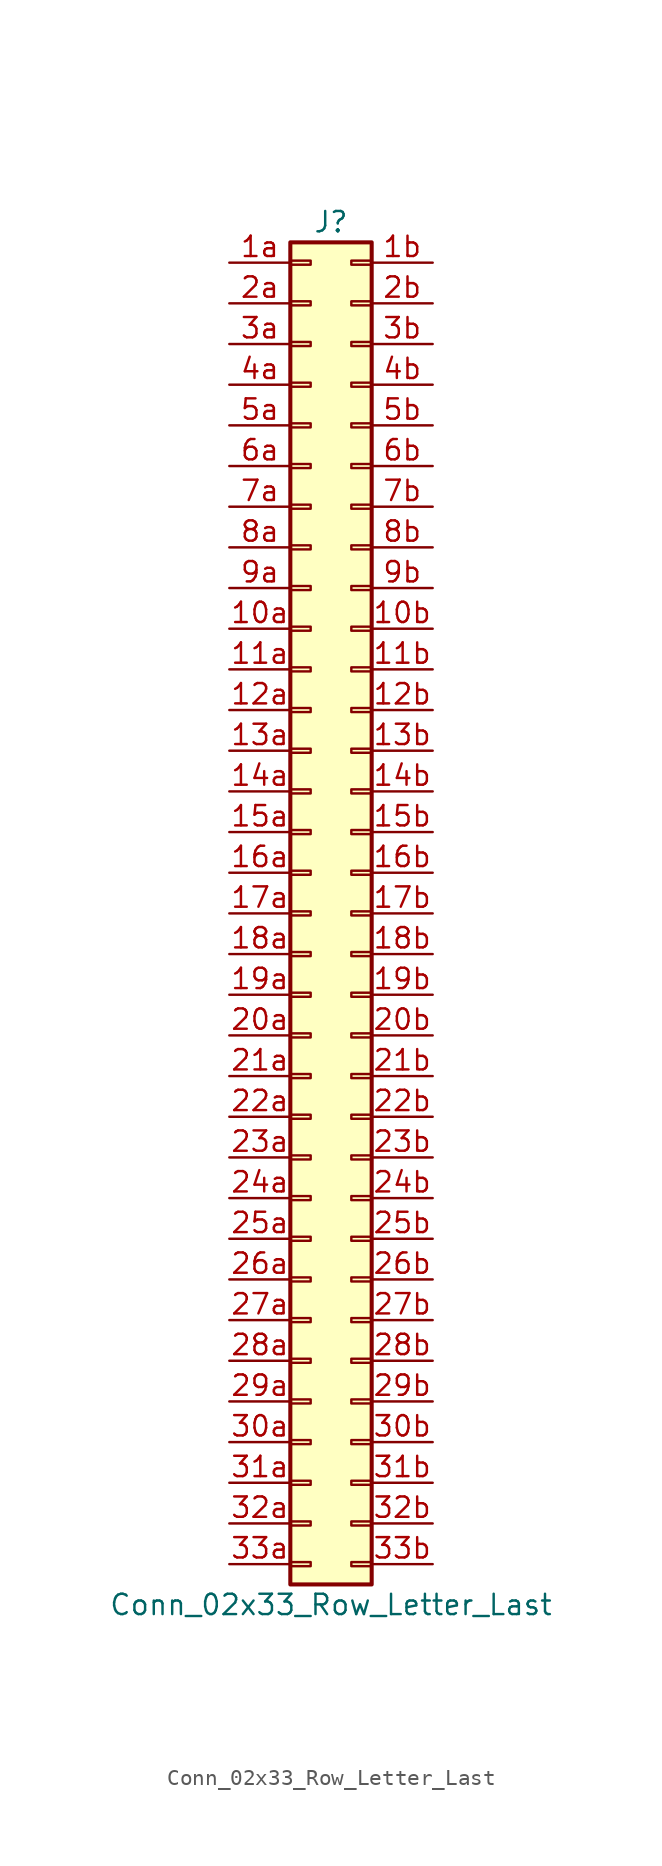
<source format=kicad_sym>
(kicad_symbol_lib
  (version 20201005)
  (generator kicad_symbol_editor)
  (symbol "Connector_Generic:Conn_02x33_Row_Letter_Last"
    (pin_names
      (offset 1.016) hide)
    (property "Reference" "J"
      (at 1.27 43.18 0)
      (effects (font (size 1.27 1.27))))
    (property "Value" "Conn_02x33_Row_Letter_Last"
      (at 1.27 -43.18 0)
      (effects (font (size 1.27 1.27))))
    (symbol "Conn_02x33_Row_Letter_Last_1_1"
      (rectangle (start -1.27 -27.813) (end 0 -28.067) (stroke (width 0.152)) (fill (type none)))
      (rectangle (start -1.27 -30.353) (end 0 -30.607) (stroke (width 0.152)) (fill (type none)))
      (rectangle (start -1.27 -32.893) (end 0 -33.147) (stroke (width 0.152)) (fill (type none)))
      (rectangle (start -1.27 -35.433) (end 0 -35.687) (stroke (width 0.152)) (fill (type none)))
      (rectangle (start -1.27 -37.973) (end 0 -38.227) (stroke (width 0.152)) (fill (type none)))
      (rectangle (start -1.27 -40.513) (end 0 -40.767) (stroke (width 0.152)) (fill (type none)))
      (rectangle (start -1.27 -4.953) (end 0 -5.207) (stroke (width 0.152)) (fill (type none)))
      (rectangle (start -1.27 -7.493) (end 0 -7.747) (stroke (width 0.152)) (fill (type none)))
      (rectangle (start -1.27 -10.033) (end 0 -10.287) (stroke (width 0.152)) (fill (type none)))
      (rectangle (start -1.27 -12.573) (end 0 -12.827) (stroke (width 0.152)) (fill (type none)))
      (rectangle (start -1.27 -15.113) (end 0 -15.367) (stroke (width 0.152)) (fill (type none)))
      (rectangle (start -1.27 -17.653) (end 0 -17.907) (stroke (width 0.152)) (fill (type none)))
      (rectangle (start -1.27 -20.193) (end 0 -20.447) (stroke (width 0.152)) (fill (type none)))
      (rectangle (start -1.27 -22.733) (end 0 -22.987) (stroke (width 0.152)) (fill (type none)))
      (rectangle (start -1.27 -2.413) (end 0 -2.667) (stroke (width 0.152)) (fill (type none)))
      (rectangle (start -1.27 -25.273) (end 0 -25.527) (stroke (width 0.152)) (fill (type none)))
      (rectangle (start -1.27 25.527) (end 0 25.273) (stroke (width 0.152)) (fill (type none)))
      (rectangle (start -1.27 2.667) (end 0 2.413) (stroke (width 0.152)) (fill (type none)))
      (rectangle (start -1.27 28.067) (end 0 27.813) (stroke (width 0.152)) (fill (type none)))
      (rectangle (start -1.27 30.607) (end 0 30.353) (stroke (width 0.152)) (fill (type none)))
      (rectangle (start -1.27 33.147) (end 0 32.893) (stroke (width 0.152)) (fill (type none)))
      (rectangle (start -1.27 35.687) (end 0 35.433) (stroke (width 0.152)) (fill (type none)))
      (rectangle (start -1.27 38.227) (end 0 37.973) (stroke (width 0.152)) (fill (type none)))
      (rectangle (start -1.27 40.767) (end 0 40.513) (stroke (width 0.152)) (fill (type none)))
      (rectangle (start -1.27 41.91) (end 3.81 -41.91) (stroke (width 0.254)) (fill (type background)))
      (rectangle (start -1.27 5.207) (end 0 4.953) (stroke (width 0.152)) (fill (type none)))
      (rectangle (start -1.27 7.747) (end 0 7.493) (stroke (width 0.152)) (fill (type none)))
      (rectangle (start -1.27 10.287) (end 0 10.033) (stroke (width 0.152)) (fill (type none)))
      (rectangle (start -1.27 0.127) (end 0 -0.127) (stroke (width 0.152)) (fill (type none)))
      (rectangle (start -1.27 12.827) (end 0 12.573) (stroke (width 0.152)) (fill (type none)))
      (rectangle (start -1.27 15.367) (end 0 15.113) (stroke (width 0.152)) (fill (type none)))
      (rectangle (start -1.27 17.907) (end 0 17.653) (stroke (width 0.152)) (fill (type none)))
      (rectangle (start -1.27 20.447) (end 0 20.193) (stroke (width 0.152)) (fill (type none)))
      (rectangle (start -1.27 22.987) (end 0 22.733) (stroke (width 0.152)) (fill (type none)))
      (rectangle (start 3.81 -27.813) (end 2.54 -28.067) (stroke (width 0.152)) (fill (type none)))
      (rectangle (start 3.81 -30.353) (end 2.54 -30.607) (stroke (width 0.152)) (fill (type none)))
      (rectangle (start 3.81 -32.893) (end 2.54 -33.147) (stroke (width 0.152)) (fill (type none)))
      (rectangle (start 3.81 -35.433) (end 2.54 -35.687) (stroke (width 0.152)) (fill (type none)))
      (rectangle (start 3.81 -37.973) (end 2.54 -38.227) (stroke (width 0.152)) (fill (type none)))
      (rectangle (start 3.81 -40.513) (end 2.54 -40.767) (stroke (width 0.152)) (fill (type none)))
      (rectangle (start 3.81 -4.953) (end 2.54 -5.207) (stroke (width 0.152)) (fill (type none)))
      (rectangle (start 3.81 -7.493) (end 2.54 -7.747) (stroke (width 0.152)) (fill (type none)))
      (rectangle (start 3.81 -10.033) (end 2.54 -10.287) (stroke (width 0.152)) (fill (type none)))
      (rectangle (start 3.81 -12.573) (end 2.54 -12.827) (stroke (width 0.152)) (fill (type none)))
      (rectangle (start 3.81 -15.113) (end 2.54 -15.367) (stroke (width 0.152)) (fill (type none)))
      (rectangle (start 3.81 -17.653) (end 2.54 -17.907) (stroke (width 0.152)) (fill (type none)))
      (rectangle (start 3.81 -20.193) (end 2.54 -20.447) (stroke (width 0.152)) (fill (type none)))
      (rectangle (start 3.81 -22.733) (end 2.54 -22.987) (stroke (width 0.152)) (fill (type none)))
      (rectangle (start 3.81 -2.413) (end 2.54 -2.667) (stroke (width 0.152)) (fill (type none)))
      (rectangle (start 3.81 -25.273) (end 2.54 -25.527) (stroke (width 0.152)) (fill (type none)))
      (rectangle (start 3.81 25.527) (end 2.54 25.273) (stroke (width 0.152)) (fill (type none)))
      (rectangle (start 3.81 2.667) (end 2.54 2.413) (stroke (width 0.152)) (fill (type none)))
      (rectangle (start 3.81 28.067) (end 2.54 27.813) (stroke (width 0.152)) (fill (type none)))
      (rectangle (start 3.81 30.607) (end 2.54 30.353) (stroke (width 0.152)) (fill (type none)))
      (rectangle (start 3.81 33.147) (end 2.54 32.893) (stroke (width 0.152)) (fill (type none)))
      (rectangle (start 3.81 35.687) (end 2.54 35.433) (stroke (width 0.152)) (fill (type none)))
      (rectangle (start 3.81 38.227) (end 2.54 37.973) (stroke (width 0.152)) (fill (type none)))
      (rectangle (start 3.81 40.767) (end 2.54 40.513) (stroke (width 0.152)) (fill (type none)))
      (rectangle (start 3.81 5.207) (end 2.54 4.953) (stroke (width 0.152)) (fill (type none)))
      (rectangle (start 3.81 7.747) (end 2.54 7.493) (stroke (width 0.152)) (fill (type none)))
      (rectangle (start 3.81 10.287) (end 2.54 10.033) (stroke (width 0.152)) (fill (type none)))
      (rectangle (start 3.81 0.127) (end 2.54 -0.127) (stroke (width 0.152)) (fill (type none)))
      (rectangle (start 3.81 12.827) (end 2.54 12.573) (stroke (width 0.152)) (fill (type none)))
      (rectangle (start 3.81 15.367) (end 2.54 15.113) (stroke (width 0.152)) (fill (type none)))
      (rectangle (start 3.81 17.907) (end 2.54 17.653) (stroke (width 0.152)) (fill (type none)))
      (rectangle (start 3.81 20.447) (end 2.54 20.193) (stroke (width 0.152)) (fill (type none)))
      (rectangle (start 3.81 22.987) (end 2.54 22.733) (stroke (width 0.152)) (fill (type none)))
      (pin passive line (at -5.08 17.78 0) (length 3.81) (name "Pin_10a" (effects (font (size 1.27 1.27)))) (number "10a" (effects (font (size 1.27 1.27)))))
      (pin passive line (at 7.62 17.78 180) (length 3.81) (name "Pin_10b" (effects (font (size 1.27 1.27)))) (number "10b" (effects (font (size 1.27 1.27)))))
      (pin passive line (at -5.08 15.24 0) (length 3.81) (name "Pin_11a" (effects (font (size 1.27 1.27)))) (number "11a" (effects (font (size 1.27 1.27)))))
      (pin passive line (at 7.62 15.24 180) (length 3.81) (name "Pin_11b" (effects (font (size 1.27 1.27)))) (number "11b" (effects (font (size 1.27 1.27)))))
      (pin passive line (at -5.08 12.7 0) (length 3.81) (name "Pin_12a" (effects (font (size 1.27 1.27)))) (number "12a" (effects (font (size 1.27 1.27)))))
      (pin passive line (at 7.62 12.7 180) (length 3.81) (name "Pin_12b" (effects (font (size 1.27 1.27)))) (number "12b" (effects (font (size 1.27 1.27)))))
      (pin passive line (at -5.08 10.16 0) (length 3.81) (name "Pin_13a" (effects (font (size 1.27 1.27)))) (number "13a" (effects (font (size 1.27 1.27)))))
      (pin passive line (at 7.62 10.16 180) (length 3.81) (name "Pin_13b" (effects (font (size 1.27 1.27)))) (number "13b" (effects (font (size 1.27 1.27)))))
      (pin passive line (at -5.08 7.62 0) (length 3.81) (name "Pin_14a" (effects (font (size 1.27 1.27)))) (number "14a" (effects (font (size 1.27 1.27)))))
      (pin passive line (at 7.62 7.62 180) (length 3.81) (name "Pin_14b" (effects (font (size 1.27 1.27)))) (number "14b" (effects (font (size 1.27 1.27)))))
      (pin passive line (at -5.08 5.08 0) (length 3.81) (name "Pin_15a" (effects (font (size 1.27 1.27)))) (number "15a" (effects (font (size 1.27 1.27)))))
      (pin passive line (at 7.62 5.08 180) (length 3.81) (name "Pin_15b" (effects (font (size 1.27 1.27)))) (number "15b" (effects (font (size 1.27 1.27)))))
      (pin passive line (at -5.08 2.54 0) (length 3.81) (name "Pin_16a" (effects (font (size 1.27 1.27)))) (number "16a" (effects (font (size 1.27 1.27)))))
      (pin passive line (at 7.62 2.54 180) (length 3.81) (name "Pin_16b" (effects (font (size 1.27 1.27)))) (number "16b" (effects (font (size 1.27 1.27)))))
      (pin passive line (at -5.08 0 0) (length 3.81) (name "Pin_17a" (effects (font (size 1.27 1.27)))) (number "17a" (effects (font (size 1.27 1.27)))))
      (pin passive line (at 7.62 0 180) (length 3.81) (name "Pin_17b" (effects (font (size 1.27 1.27)))) (number "17b" (effects (font (size 1.27 1.27)))))
      (pin passive line (at -5.08 -2.54 0) (length 3.81) (name "Pin_18a" (effects (font (size 1.27 1.27)))) (number "18a" (effects (font (size 1.27 1.27)))))
      (pin passive line (at 7.62 -2.54 180) (length 3.81) (name "Pin_18b" (effects (font (size 1.27 1.27)))) (number "18b" (effects (font (size 1.27 1.27)))))
      (pin passive line (at -5.08 -5.08 0) (length 3.81) (name "Pin_19a" (effects (font (size 1.27 1.27)))) (number "19a" (effects (font (size 1.27 1.27)))))
      (pin passive line (at 7.62 -5.08 180) (length 3.81) (name "Pin_19b" (effects (font (size 1.27 1.27)))) (number "19b" (effects (font (size 1.27 1.27)))))
      (pin passive line (at -5.08 40.64 0) (length 3.81) (name "Pin_1a" (effects (font (size 1.27 1.27)))) (number "1a" (effects (font (size 1.27 1.27)))))
      (pin passive line (at 7.62 40.64 180) (length 3.81) (name "Pin_1b" (effects (font (size 1.27 1.27)))) (number "1b" (effects (font (size 1.27 1.27)))))
      (pin passive line (at -5.08 -7.62 0) (length 3.81) (name "Pin_20a" (effects (font (size 1.27 1.27)))) (number "20a" (effects (font (size 1.27 1.27)))))
      (pin passive line (at 7.62 -7.62 180) (length 3.81) (name "Pin_20b" (effects (font (size 1.27 1.27)))) (number "20b" (effects (font (size 1.27 1.27)))))
      (pin passive line (at -5.08 -10.16 0) (length 3.81) (name "Pin_21a" (effects (font (size 1.27 1.27)))) (number "21a" (effects (font (size 1.27 1.27)))))
      (pin passive line (at 7.62 -10.16 180) (length 3.81) (name "Pin_21b" (effects (font (size 1.27 1.27)))) (number "21b" (effects (font (size 1.27 1.27)))))
      (pin passive line (at -5.08 -12.7 0) (length 3.81) (name "Pin_22a" (effects (font (size 1.27 1.27)))) (number "22a" (effects (font (size 1.27 1.27)))))
      (pin passive line (at 7.62 -12.7 180) (length 3.81) (name "Pin_22b" (effects (font (size 1.27 1.27)))) (number "22b" (effects (font (size 1.27 1.27)))))
      (pin passive line (at -5.08 -15.24 0) (length 3.81) (name "Pin_23a" (effects (font (size 1.27 1.27)))) (number "23a" (effects (font (size 1.27 1.27)))))
      (pin passive line (at 7.62 -15.24 180) (length 3.81) (name "Pin_23b" (effects (font (size 1.27 1.27)))) (number "23b" (effects (font (size 1.27 1.27)))))
      (pin passive line (at -5.08 -17.78 0) (length 3.81) (name "Pin_24a" (effects (font (size 1.27 1.27)))) (number "24a" (effects (font (size 1.27 1.27)))))
      (pin passive line (at 7.62 -17.78 180) (length 3.81) (name "Pin_24b" (effects (font (size 1.27 1.27)))) (number "24b" (effects (font (size 1.27 1.27)))))
      (pin passive line (at -5.08 -20.32 0) (length 3.81) (name "Pin_25a" (effects (font (size 1.27 1.27)))) (number "25a" (effects (font (size 1.27 1.27)))))
      (pin passive line (at 7.62 -20.32 180) (length 3.81) (name "Pin_25b" (effects (font (size 1.27 1.27)))) (number "25b" (effects (font (size 1.27 1.27)))))
      (pin passive line (at -5.08 -22.86 0) (length 3.81) (name "Pin_26a" (effects (font (size 1.27 1.27)))) (number "26a" (effects (font (size 1.27 1.27)))))
      (pin passive line (at 7.62 -22.86 180) (length 3.81) (name "Pin_26b" (effects (font (size 1.27 1.27)))) (number "26b" (effects (font (size 1.27 1.27)))))
      (pin passive line (at -5.08 -25.4 0) (length 3.81) (name "Pin_27a" (effects (font (size 1.27 1.27)))) (number "27a" (effects (font (size 1.27 1.27)))))
      (pin passive line (at 7.62 -25.4 180) (length 3.81) (name "Pin_27b" (effects (font (size 1.27 1.27)))) (number "27b" (effects (font (size 1.27 1.27)))))
      (pin passive line (at -5.08 -27.94 0) (length 3.81) (name "Pin_28a" (effects (font (size 1.27 1.27)))) (number "28a" (effects (font (size 1.27 1.27)))))
      (pin passive line (at 7.62 -27.94 180) (length 3.81) (name "Pin_28b" (effects (font (size 1.27 1.27)))) (number "28b" (effects (font (size 1.27 1.27)))))
      (pin passive line (at -5.08 -30.48 0) (length 3.81) (name "Pin_29a" (effects (font (size 1.27 1.27)))) (number "29a" (effects (font (size 1.27 1.27)))))
      (pin passive line (at 7.62 -30.48 180) (length 3.81) (name "Pin_29b" (effects (font (size 1.27 1.27)))) (number "29b" (effects (font (size 1.27 1.27)))))
      (pin passive line (at -5.08 38.1 0) (length 3.81) (name "Pin_2a" (effects (font (size 1.27 1.27)))) (number "2a" (effects (font (size 1.27 1.27)))))
      (pin passive line (at 7.62 38.1 180) (length 3.81) (name "Pin_2b" (effects (font (size 1.27 1.27)))) (number "2b" (effects (font (size 1.27 1.27)))))
      (pin passive line (at -5.08 -33.02 0) (length 3.81) (name "Pin_30a" (effects (font (size 1.27 1.27)))) (number "30a" (effects (font (size 1.27 1.27)))))
      (pin passive line (at 7.62 -33.02 180) (length 3.81) (name "Pin_30b" (effects (font (size 1.27 1.27)))) (number "30b" (effects (font (size 1.27 1.27)))))
      (pin passive line (at -5.08 -35.56 0) (length 3.81) (name "Pin_31a" (effects (font (size 1.27 1.27)))) (number "31a" (effects (font (size 1.27 1.27)))))
      (pin passive line (at 7.62 -35.56 180) (length 3.81) (name "Pin_31b" (effects (font (size 1.27 1.27)))) (number "31b" (effects (font (size 1.27 1.27)))))
      (pin passive line (at -5.08 -38.1 0) (length 3.81) (name "Pin_32a" (effects (font (size 1.27 1.27)))) (number "32a" (effects (font (size 1.27 1.27)))))
      (pin passive line (at 7.62 -38.1 180) (length 3.81) (name "Pin_32b" (effects (font (size 1.27 1.27)))) (number "32b" (effects (font (size 1.27 1.27)))))
      (pin passive line (at -5.08 -40.64 0) (length 3.81) (name "Pin_33a" (effects (font (size 1.27 1.27)))) (number "33a" (effects (font (size 1.27 1.27)))))
      (pin passive line (at 7.62 -40.64 180) (length 3.81) (name "Pin_33b" (effects (font (size 1.27 1.27)))) (number "33b" (effects (font (size 1.27 1.27)))))
      (pin passive line (at -5.08 35.56 0) (length 3.81) (name "Pin_3a" (effects (font (size 1.27 1.27)))) (number "3a" (effects (font (size 1.27 1.27)))))
      (pin passive line (at 7.62 35.56 180) (length 3.81) (name "Pin_3b" (effects (font (size 1.27 1.27)))) (number "3b" (effects (font (size 1.27 1.27)))))
      (pin passive line (at -5.08 33.02 0) (length 3.81) (name "Pin_4a" (effects (font (size 1.27 1.27)))) (number "4a" (effects (font (size 1.27 1.27)))))
      (pin passive line (at 7.62 33.02 180) (length 3.81) (name "Pin_4b" (effects (font (size 1.27 1.27)))) (number "4b" (effects (font (size 1.27 1.27)))))
      (pin passive line (at -5.08 30.48 0) (length 3.81) (name "Pin_5a" (effects (font (size 1.27 1.27)))) (number "5a" (effects (font (size 1.27 1.27)))))
      (pin passive line (at 7.62 30.48 180) (length 3.81) (name "Pin_5b" (effects (font (size 1.27 1.27)))) (number "5b" (effects (font (size 1.27 1.27)))))
      (pin passive line (at -5.08 27.94 0) (length 3.81) (name "Pin_6a" (effects (font (size 1.27 1.27)))) (number "6a" (effects (font (size 1.27 1.27)))))
      (pin passive line (at 7.62 27.94 180) (length 3.81) (name "Pin_6b" (effects (font (size 1.27 1.27)))) (number "6b" (effects (font (size 1.27 1.27)))))
      (pin passive line (at -5.08 25.4 0) (length 3.81) (name "Pin_7a" (effects (font (size 1.27 1.27)))) (number "7a" (effects (font (size 1.27 1.27)))))
      (pin passive line (at 7.62 25.4 180) (length 3.81) (name "Pin_7b" (effects (font (size 1.27 1.27)))) (number "7b" (effects (font (size 1.27 1.27)))))
      (pin passive line (at -5.08 22.86 0) (length 3.81) (name "Pin_8a" (effects (font (size 1.27 1.27)))) (number "8a" (effects (font (size 1.27 1.27)))))
      (pin passive line (at 7.62 22.86 180) (length 3.81) (name "Pin_8b" (effects (font (size 1.27 1.27)))) (number "8b" (effects (font (size 1.27 1.27)))))
      (pin passive line (at -5.08 20.32 0) (length 3.81) (name "Pin_9a" (effects (font (size 1.27 1.27)))) (number "9a" (effects (font (size 1.27 1.27)))))
      (pin passive line (at 7.62 20.32 180) (length 3.81) (name "Pin_9b" (effects (font (size 1.27 1.27)))) (number "9b" (effects (font (size 1.27 1.27))))))))
</source>
